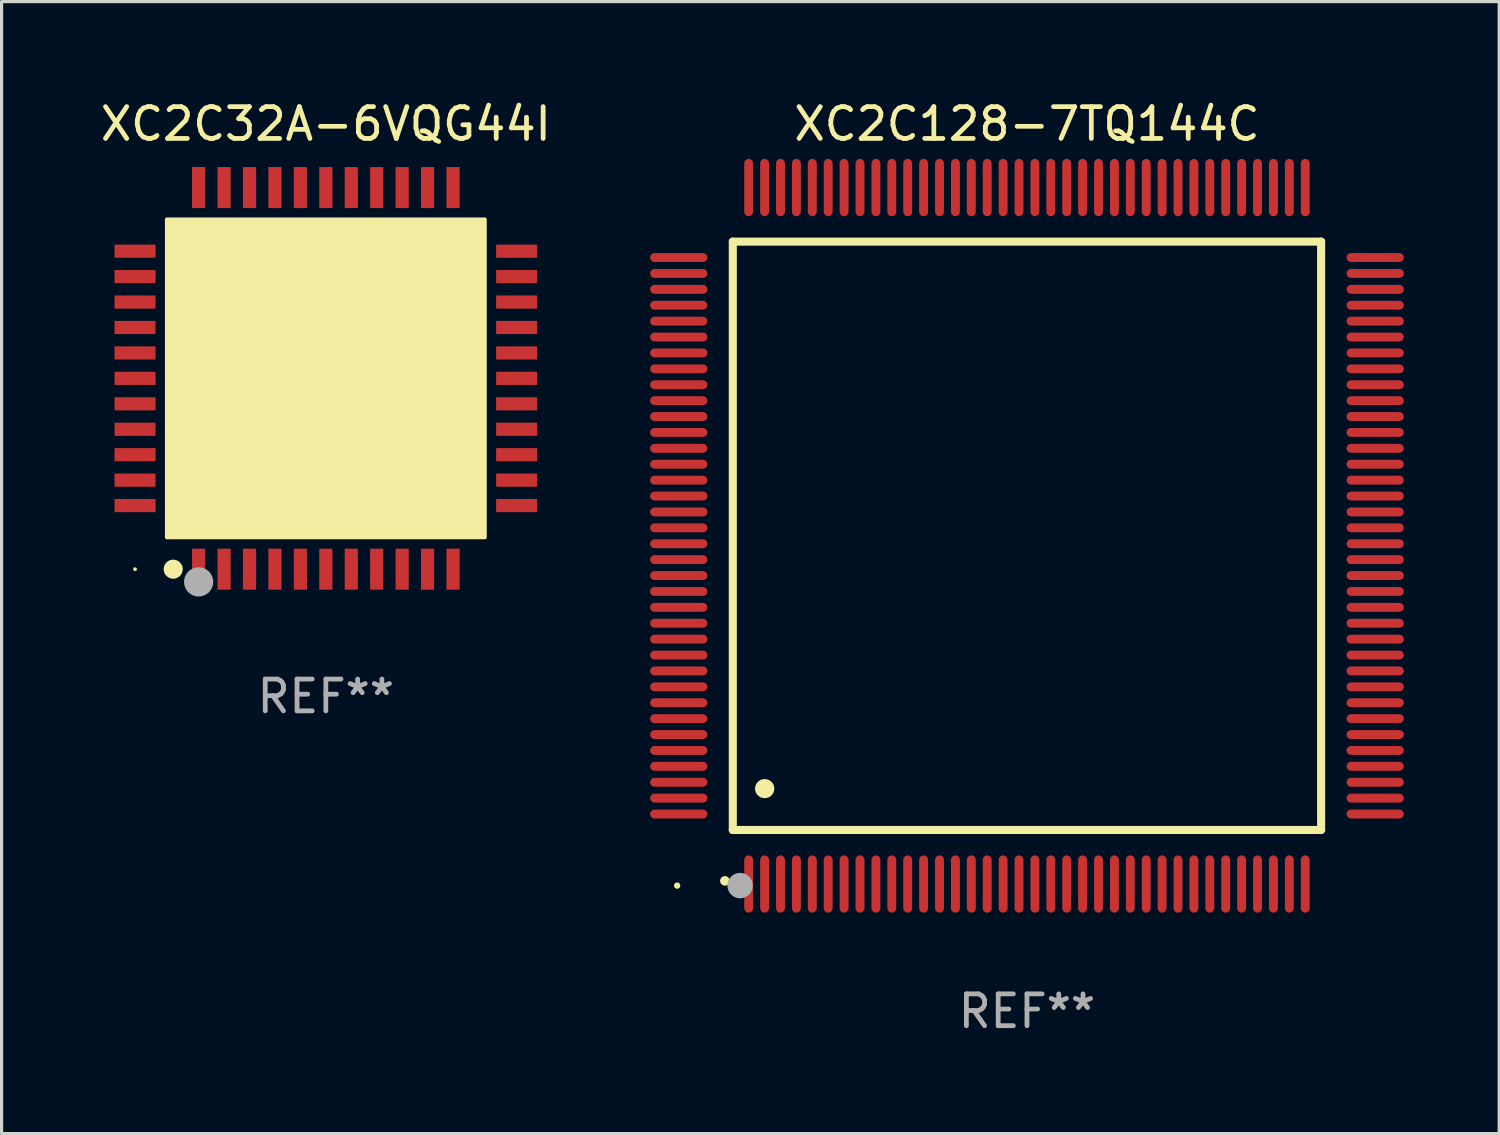
<source format=kicad_pcb>
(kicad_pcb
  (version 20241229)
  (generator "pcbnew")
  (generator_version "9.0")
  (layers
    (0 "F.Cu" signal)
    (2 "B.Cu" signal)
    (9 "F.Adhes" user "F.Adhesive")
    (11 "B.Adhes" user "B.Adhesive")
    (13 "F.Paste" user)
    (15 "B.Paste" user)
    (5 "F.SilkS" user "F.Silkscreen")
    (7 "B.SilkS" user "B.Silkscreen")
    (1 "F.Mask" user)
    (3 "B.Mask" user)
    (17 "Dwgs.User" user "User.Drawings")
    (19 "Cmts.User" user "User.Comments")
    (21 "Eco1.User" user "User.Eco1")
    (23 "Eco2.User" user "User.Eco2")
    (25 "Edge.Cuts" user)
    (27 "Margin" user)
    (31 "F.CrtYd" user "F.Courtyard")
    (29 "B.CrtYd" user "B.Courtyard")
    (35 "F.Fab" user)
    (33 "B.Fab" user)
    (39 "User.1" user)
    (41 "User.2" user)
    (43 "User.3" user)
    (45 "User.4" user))
  (footprint "XC2C32A-6VQG44I"
    (layer "F.Cu")
    (at 7.196 8.848)
    (property "Reference" "XC2C32A-6VQG44I" (at 0 -8 0) (layer "F.SilkS") (effects (font (size 1 1) (thickness 0.15))))
    (attr through_hole)
    (fp_circle (center -6 6) (end -5.97 6) (stroke (width 0.06) (type solid)) (fill no) (layer "F.SilkS"))
    (fp_circle (center -4.8 6) (end -4.65 6) (stroke (width 0.3) (type solid)) (fill no) (layer "F.SilkS"))
    (fp_poly (pts (xy -5 -5) (xy 5 -5) (xy 5 5) (xy -5 5)) (stroke (width 0.12) (type solid)) (fill yes) (layer "F.SilkS"))
    (fp_circle (center -4 6.4) (end -3.77 6.4) (stroke (width 0.46) (type solid)) (fill no) (layer "F.Fab"))
    (fp_text user "REF**" (at 0 10 0) (layer "F.Fab") (effects (font (size 1 1) (thickness 0.15))))
    (pad "1" smd rect (at -4 6 90) (size 1.29 0.414) (layers "F.Cu" "F.Mask" "F.Paste"))
    (pad "2" smd rect (at -3.2 6 90) (size 1.29 0.414) (layers "F.Cu" "F.Mask" "F.Paste"))
    (pad "3" smd rect (at -2.4 6 90) (size 1.29 0.414) (layers "F.Cu" "F.Mask" "F.Paste"))
    (pad "4" smd rect (at -1.6 6 90) (size 1.29 0.414) (layers "F.Cu" "F.Mask" "F.Paste"))
    (pad "5" smd rect (at -0.8 6 90) (size 1.29 0.414) (layers "F.Cu" "F.Mask" "F.Paste"))
    (pad "6" smd rect (at 0 6 90) (size 1.29 0.414) (layers "F.Cu" "F.Mask" "F.Paste"))
    (pad "7" smd rect (at 0.8 6 90) (size 1.29 0.414) (layers "F.Cu" "F.Mask" "F.Paste"))
    (pad "8" smd rect (at 1.6 6 90) (size 1.29 0.414) (layers "F.Cu" "F.Mask" "F.Paste"))
    (pad "9" smd rect (at 2.4 6 90) (size 1.29 0.414) (layers "F.Cu" "F.Mask" "F.Paste"))
    (pad "10" smd rect (at 3.2 6 90) (size 1.29 0.414) (layers "F.Cu" "F.Mask" "F.Paste"))
    (pad "11" smd rect (at 4 6 90) (size 1.29 0.414) (layers "F.Cu" "F.Mask" "F.Paste"))
    (pad "12" smd rect (at 6 4 90) (size 0.414 1.29) (layers "F.Cu" "F.Mask" "F.Paste"))
    (pad "13" smd rect (at 6 3.2 90) (size 0.414 1.29) (layers "F.Cu" "F.Mask" "F.Paste"))
    (pad "14" smd rect (at 6 2.4 90) (size 0.414 1.29) (layers "F.Cu" "F.Mask" "F.Paste"))
    (pad "15" smd rect (at 6 1.6 90) (size 0.414 1.29) (layers "F.Cu" "F.Mask" "F.Paste"))
    (pad "16" smd rect (at 6 0.8 90) (size 0.414 1.29) (layers "F.Cu" "F.Mask" "F.Paste"))
    (pad "17" smd rect (at 6 0 90) (size 0.414 1.29) (layers "F.Cu" "F.Mask" "F.Paste"))
    (pad "18" smd rect (at 6 -0.8 90) (size 0.414 1.29) (layers "F.Cu" "F.Mask" "F.Paste"))
    (pad "19" smd rect (at 6 -1.6 90) (size 0.414 1.29) (layers "F.Cu" "F.Mask" "F.Paste"))
    (pad "20" smd rect (at 6 -2.4 90) (size 0.414 1.29) (layers "F.Cu" "F.Mask" "F.Paste"))
    (pad "21" smd rect (at 6 -3.2 90) (size 0.414 1.29) (layers "F.Cu" "F.Mask" "F.Paste"))
    (pad "22" smd rect (at 6 -4 90) (size 0.414 1.29) (layers "F.Cu" "F.Mask" "F.Paste"))
    (pad "23" smd rect (at 4 -6 90) (size 1.29 0.414) (layers "F.Cu" "F.Mask" "F.Paste"))
    (pad "24" smd rect (at 3.2 -6 90) (size 1.29 0.414) (layers "F.Cu" "F.Mask" "F.Paste"))
    (pad "25" smd rect (at 2.4 -6 90) (size 1.29 0.414) (layers "F.Cu" "F.Mask" "F.Paste"))
    (pad "26" smd rect (at 1.6 -6 90) (size 1.29 0.414) (layers "F.Cu" "F.Mask" "F.Paste"))
    (pad "27" smd rect (at 0.8 -6 90) (size 1.29 0.414) (layers "F.Cu" "F.Mask" "F.Paste"))
    (pad "28" smd rect (at 0 -6 90) (size 1.29 0.414) (layers "F.Cu" "F.Mask" "F.Paste"))
    (pad "29" smd rect (at -0.8 -6 90) (size 1.29 0.414) (layers "F.Cu" "F.Mask" "F.Paste"))
    (pad "30" smd rect (at -1.6 -6 90) (size 1.29 0.414) (layers "F.Cu" "F.Mask" "F.Paste"))
    (pad "31" smd rect (at -2.4 -6 90) (size 1.29 0.414) (layers "F.Cu" "F.Mask" "F.Paste"))
    (pad "32" smd rect (at -3.2 -6 90) (size 1.29 0.414) (layers "F.Cu" "F.Mask" "F.Paste"))
    (pad "33" smd rect (at -4 -6 90) (size 1.29 0.414) (layers "F.Cu" "F.Mask" "F.Paste"))
    (pad "34" smd rect (at -6 -4 180) (size 1.29 0.414) (layers "F.Cu" "F.Mask" "F.Paste"))
    (pad "35" smd rect (at -6 -3.2 180) (size 1.29 0.414) (layers "F.Cu" "F.Mask" "F.Paste"))
    (pad "36" smd rect (at -6 -2.4 180) (size 1.29 0.414) (layers "F.Cu" "F.Mask" "F.Paste"))
    (pad "37" smd rect (at -6 -1.6 180) (size 1.29 0.414) (layers "F.Cu" "F.Mask" "F.Paste"))
    (pad "38" smd rect (at -6 -0.8 180) (size 1.29 0.414) (layers "F.Cu" "F.Mask" "F.Paste"))
    (pad "39" smd rect (at -6 0 180) (size 1.29 0.414) (layers "F.Cu" "F.Mask" "F.Paste"))
    (pad "40" smd rect (at -6 0.8 180) (size 1.29 0.414) (layers "F.Cu" "F.Mask" "F.Paste"))
    (pad "41" smd rect (at -6 1.6 180) (size 1.29 0.414) (layers "F.Cu" "F.Mask" "F.Paste"))
    (pad "42" smd rect (at -6 2.4 180) (size 1.29 0.414) (layers "F.Cu" "F.Mask" "F.Paste"))
    (pad "43" smd rect (at -6 3.2 180) (size 1.29 0.414) (layers "F.Cu" "F.Mask" "F.Paste"))
    (pad "44" smd rect (at -6 4 180) (size 1.29 0.414) (layers "F.Cu" "F.Mask" "F.Paste")))
  (footprint "XC2C128-7TQ144C"
    (layer "F.Cu")
    (at 29.243 13.798)
    (property "Reference" "XC2C128-7TQ144C" (at 0 -12.95 0) (layer "F.SilkS") (effects (font (size 1 1) (thickness 0.15))))
    (attr through_hole)
    (fp_line (start -9.25 -9.25) (end -9.25 9.25) (stroke (width 0.254) (type solid)) (layer "F.SilkS"))
    (fp_line (start -9.25 9.25) (end 9.25 9.25) (stroke (width 0.254) (type solid)) (layer "F.SilkS"))
    (fp_line (start 9.25 -9.25) (end -9.25 -9.25) (stroke (width 0.254) (type solid)) (layer "F.SilkS"))
    (fp_line (start 9.25 9.25) (end 9.25 -9.25) (stroke (width 0.254) (type solid)) (layer "F.SilkS"))
    (fp_arc (start -9.499619 10.850902) (mid -9.498349 10.850897) (end -9.497079 10.850902) (stroke (width 0.3) (type solid)) (layer "F.SilkS"))
    (fp_arc (start -8.249936 7.950216) (mid -8.247396 7.950205) (end -8.244856 7.950216) (stroke (width 0.6) (type solid)) (layer "F.SilkS"))
    (fp_circle (center -11 11) (end -10.95 11) (stroke (width 0.1) (type solid)) (fill no) (layer "F.SilkS"))
    (fp_circle (center -9.02 11) (end -8.82 11) (stroke (width 0.4) (type solid)) (fill no) (layer "F.Fab"))
    (fp_text user "REF**" (at 0 14.95 0) (layer "F.Fab") (effects (font (size 1 1) (thickness 0.15))))
    (pad "1" smd oval (at -8.75 10.95) (size 0.28 1.8) (layers "F.Cu" "F.Mask" "F.Paste"))
    (pad "2" smd oval (at -8.25 10.95) (size 0.28 1.8) (layers "F.Cu" "F.Mask" "F.Paste"))
    (pad "3" smd oval (at -7.75 10.95) (size 0.28 1.8) (layers "F.Cu" "F.Mask" "F.Paste"))
    (pad "4" smd oval (at -7.25 10.95) (size 0.28 1.8) (layers "F.Cu" "F.Mask" "F.Paste"))
    (pad "5" smd oval (at -6.75 10.95) (size 0.28 1.8) (layers "F.Cu" "F.Mask" "F.Paste"))
    (pad "6" smd oval (at -6.25 10.95) (size 0.28 1.8) (layers "F.Cu" "F.Mask" "F.Paste"))
    (pad "7" smd oval (at -5.75 10.95) (size 0.28 1.8) (layers "F.Cu" "F.Mask" "F.Paste"))
    (pad "8" smd oval (at -5.25 10.95) (size 0.28 1.8) (layers "F.Cu" "F.Mask" "F.Paste"))
    (pad "9" smd oval (at -4.75 10.95) (size 0.28 1.8) (layers "F.Cu" "F.Mask" "F.Paste"))
    (pad "10" smd oval (at -4.25 10.95) (size 0.28 1.8) (layers "F.Cu" "F.Mask" "F.Paste"))
    (pad "11" smd oval (at -3.75 10.95) (size 0.28 1.8) (layers "F.Cu" "F.Mask" "F.Paste"))
    (pad "12" smd oval (at -3.25 10.95) (size 0.28 1.8) (layers "F.Cu" "F.Mask" "F.Paste"))
    (pad "13" smd oval (at -2.75 10.95) (size 0.28 1.8) (layers "F.Cu" "F.Mask" "F.Paste"))
    (pad "14" smd oval (at -2.25 10.95) (size 0.28 1.8) (layers "F.Cu" "F.Mask" "F.Paste"))
    (pad "15" smd oval (at -1.75 10.95) (size 0.28 1.8) (layers "F.Cu" "F.Mask" "F.Paste"))
    (pad "16" smd oval (at -1.25 10.95) (size 0.28 1.8) (layers "F.Cu" "F.Mask" "F.Paste"))
    (pad "17" smd oval (at -0.75 10.95) (size 0.28 1.8) (layers "F.Cu" "F.Mask" "F.Paste"))
    (pad "18" smd oval (at -0.25 10.95) (size 0.28 1.8) (layers "F.Cu" "F.Mask" "F.Paste"))
    (pad "19" smd oval (at 0.25 10.95) (size 0.28 1.8) (layers "F.Cu" "F.Mask" "F.Paste"))
    (pad "20" smd oval (at 0.75 10.95) (size 0.28 1.8) (layers "F.Cu" "F.Mask" "F.Paste"))
    (pad "21" smd oval (at 1.25 10.95) (size 0.28 1.8) (layers "F.Cu" "F.Mask" "F.Paste"))
    (pad "22" smd oval (at 1.75 10.95) (size 0.28 1.8) (layers "F.Cu" "F.Mask" "F.Paste"))
    (pad "23" smd oval (at 2.25 10.95) (size 0.28 1.8) (layers "F.Cu" "F.Mask" "F.Paste"))
    (pad "24" smd oval (at 2.75 10.95) (size 0.28 1.8) (layers "F.Cu" "F.Mask" "F.Paste"))
    (pad "25" smd oval (at 3.25 10.95) (size 0.28 1.8) (layers "F.Cu" "F.Mask" "F.Paste"))
    (pad "26" smd oval (at 3.75 10.95) (size 0.28 1.8) (layers "F.Cu" "F.Mask" "F.Paste"))
    (pad "27" smd oval (at 4.25 10.95) (size 0.28 1.8) (layers "F.Cu" "F.Mask" "F.Paste"))
    (pad "28" smd oval (at 4.75 10.95) (size 0.28 1.8) (layers "F.Cu" "F.Mask" "F.Paste"))
    (pad "29" smd oval (at 5.25 10.95) (size 0.28 1.8) (layers "F.Cu" "F.Mask" "F.Paste"))
    (pad "30" smd oval (at 5.75 10.95) (size 0.28 1.8) (layers "F.Cu" "F.Mask" "F.Paste"))
    (pad "31" smd oval (at 6.25 10.95) (size 0.28 1.8) (layers "F.Cu" "F.Mask" "F.Paste"))
    (pad "32" smd oval (at 6.75 10.95) (size 0.28 1.8) (layers "F.Cu" "F.Mask" "F.Paste"))
    (pad "33" smd oval (at 7.25 10.95) (size 0.28 1.8) (layers "F.Cu" "F.Mask" "F.Paste"))
    (pad "34" smd oval (at 7.75 10.95) (size 0.28 1.8) (layers "F.Cu" "F.Mask" "F.Paste"))
    (pad "35" smd oval (at 8.25 10.95) (size 0.28 1.8) (layers "F.Cu" "F.Mask" "F.Paste"))
    (pad "36" smd oval (at 8.75 10.95) (size 0.28 1.8) (layers "F.Cu" "F.Mask" "F.Paste"))
    (pad "37" smd oval (at 10.95 8.75) (size 1.8 0.28) (layers "F.Cu" "F.Mask" "F.Paste"))
    (pad "38" smd oval (at 10.95 8.25) (size 1.8 0.28) (layers "F.Cu" "F.Mask" "F.Paste"))
    (pad "39" smd oval (at 10.95 7.75) (size 1.8 0.28) (layers "F.Cu" "F.Mask" "F.Paste"))
    (pad "40" smd oval (at 10.95 7.25) (size 1.8 0.28) (layers "F.Cu" "F.Mask" "F.Paste"))
    (pad "41" smd oval (at 10.95 6.75) (size 1.8 0.28) (layers "F.Cu" "F.Mask" "F.Paste"))
    (pad "42" smd oval (at 10.95 6.25) (size 1.8 0.28) (layers "F.Cu" "F.Mask" "F.Paste"))
    (pad "43" smd oval (at 10.95 5.75) (size 1.8 0.28) (layers "F.Cu" "F.Mask" "F.Paste"))
    (pad "44" smd oval (at 10.95 5.25) (size 1.8 0.28) (layers "F.Cu" "F.Mask" "F.Paste"))
    (pad "45" smd oval (at 10.95 4.75) (size 1.8 0.28) (layers "F.Cu" "F.Mask" "F.Paste"))
    (pad "46" smd oval (at 10.95 4.25) (size 1.8 0.28) (layers "F.Cu" "F.Mask" "F.Paste"))
    (pad "47" smd oval (at 10.95 3.75) (size 1.8 0.28) (layers "F.Cu" "F.Mask" "F.Paste"))
    (pad "48" smd oval (at 10.95 3.25) (size 1.8 0.28) (layers "F.Cu" "F.Mask" "F.Paste"))
    (pad "49" smd oval (at 10.95 2.75) (size 1.8 0.28) (layers "F.Cu" "F.Mask" "F.Paste"))
    (pad "50" smd oval (at 10.95 2.25) (size 1.8 0.28) (layers "F.Cu" "F.Mask" "F.Paste"))
    (pad "51" smd oval (at 10.95 1.75) (size 1.8 0.28) (layers "F.Cu" "F.Mask" "F.Paste"))
    (pad "52" smd oval (at 10.95 1.25) (size 1.8 0.28) (layers "F.Cu" "F.Mask" "F.Paste"))
    (pad "53" smd oval (at 10.95 0.75) (size 1.8 0.28) (layers "F.Cu" "F.Mask" "F.Paste"))
    (pad "54" smd oval (at 10.95 0.25) (size 1.8 0.28) (layers "F.Cu" "F.Mask" "F.Paste"))
    (pad "55" smd oval (at 10.95 -0.25) (size 1.8 0.28) (layers "F.Cu" "F.Mask" "F.Paste"))
    (pad "56" smd oval (at 10.95 -0.75) (size 1.8 0.28) (layers "F.Cu" "F.Mask" "F.Paste"))
    (pad "57" smd oval (at 10.95 -1.25) (size 1.8 0.28) (layers "F.Cu" "F.Mask" "F.Paste"))
    (pad "58" smd oval (at 10.95 -1.75) (size 1.8 0.28) (layers "F.Cu" "F.Mask" "F.Paste"))
    (pad "59" smd oval (at 10.95 -2.25) (size 1.8 0.28) (layers "F.Cu" "F.Mask" "F.Paste"))
    (pad "60" smd oval (at 10.95 -2.75) (size 1.8 0.28) (layers "F.Cu" "F.Mask" "F.Paste"))
    (pad "61" smd oval (at 10.95 -3.25) (size 1.8 0.28) (layers "F.Cu" "F.Mask" "F.Paste"))
    (pad "62" smd oval (at 10.95 -3.75) (size 1.8 0.28) (layers "F.Cu" "F.Mask" "F.Paste"))
    (pad "63" smd oval (at 10.95 -4.25) (size 1.8 0.28) (layers "F.Cu" "F.Mask" "F.Paste"))
    (pad "64" smd oval (at 10.95 -4.75) (size 1.8 0.28) (layers "F.Cu" "F.Mask" "F.Paste"))
    (pad "65" smd oval (at 10.95 -5.25) (size 1.8 0.28) (layers "F.Cu" "F.Mask" "F.Paste"))
    (pad "66" smd oval (at 10.95 -5.75) (size 1.8 0.28) (layers "F.Cu" "F.Mask" "F.Paste"))
    (pad "67" smd oval (at 10.95 -6.25) (size 1.8 0.28) (layers "F.Cu" "F.Mask" "F.Paste"))
    (pad "68" smd oval (at 10.95 -6.75) (size 1.8 0.28) (layers "F.Cu" "F.Mask" "F.Paste"))
    (pad "69" smd oval (at 10.95 -7.25) (size 1.8 0.28) (layers "F.Cu" "F.Mask" "F.Paste"))
    (pad "70" smd oval (at 10.95 -7.75) (size 1.8 0.28) (layers "F.Cu" "F.Mask" "F.Paste"))
    (pad "71" smd oval (at 10.95 -8.25) (size 1.8 0.28) (layers "F.Cu" "F.Mask" "F.Paste"))
    (pad "72" smd oval (at 10.95 -8.75) (size 1.8 0.28) (layers "F.Cu" "F.Mask" "F.Paste"))
    (pad "73" smd oval (at 8.75 -10.95) (size 0.28 1.8) (layers "F.Cu" "F.Mask" "F.Paste"))
    (pad "74" smd oval (at 8.25 -10.95) (size 0.28 1.8) (layers "F.Cu" "F.Mask" "F.Paste"))
    (pad "75" smd oval (at 7.75 -10.95) (size 0.28 1.8) (layers "F.Cu" "F.Mask" "F.Paste"))
    (pad "76" smd oval (at 7.25 -10.95) (size 0.28 1.8) (layers "F.Cu" "F.Mask" "F.Paste"))
    (pad "77" smd oval (at 6.75 -10.95) (size 0.28 1.8) (layers "F.Cu" "F.Mask" "F.Paste"))
    (pad "78" smd oval (at 6.25 -10.95) (size 0.28 1.8) (layers "F.Cu" "F.Mask" "F.Paste"))
    (pad "79" smd oval (at 5.75 -10.95) (size 0.28 1.8) (layers "F.Cu" "F.Mask" "F.Paste"))
    (pad "80" smd oval (at 5.25 -10.95) (size 0.28 1.8) (layers "F.Cu" "F.Mask" "F.Paste"))
    (pad "81" smd oval (at 4.75 -10.95) (size 0.28 1.8) (layers "F.Cu" "F.Mask" "F.Paste"))
    (pad "82" smd oval (at 4.25 -10.95) (size 0.28 1.8) (layers "F.Cu" "F.Mask" "F.Paste"))
    (pad "83" smd oval (at 3.75 -10.95) (size 0.28 1.8) (layers "F.Cu" "F.Mask" "F.Paste"))
    (pad "84" smd oval (at 3.25 -10.95) (size 0.28 1.8) (layers "F.Cu" "F.Mask" "F.Paste"))
    (pad "85" smd oval (at 2.75 -10.95) (size 0.28 1.8) (layers "F.Cu" "F.Mask" "F.Paste"))
    (pad "86" smd oval (at 2.25 -10.95) (size 0.28 1.8) (layers "F.Cu" "F.Mask" "F.Paste"))
    (pad "87" smd oval (at 1.75 -10.95) (size 0.28 1.8) (layers "F.Cu" "F.Mask" "F.Paste"))
    (pad "88" smd oval (at 1.25 -10.95) (size 0.28 1.8) (layers "F.Cu" "F.Mask" "F.Paste"))
    (pad "89" smd oval (at 0.75 -10.95) (size 0.28 1.8) (layers "F.Cu" "F.Mask" "F.Paste"))
    (pad "90" smd oval (at 0.25 -10.95) (size 0.28 1.8) (layers "F.Cu" "F.Mask" "F.Paste"))
    (pad "91" smd oval (at -0.25 -10.95) (size 0.28 1.8) (layers "F.Cu" "F.Mask" "F.Paste"))
    (pad "92" smd oval (at -0.75 -10.95) (size 0.28 1.8) (layers "F.Cu" "F.Mask" "F.Paste"))
    (pad "93" smd oval (at -1.25 -10.95) (size 0.28 1.8) (layers "F.Cu" "F.Mask" "F.Paste"))
    (pad "94" smd oval (at -1.75 -10.95) (size 0.28 1.8) (layers "F.Cu" "F.Mask" "F.Paste"))
    (pad "95" smd oval (at -2.25 -10.95) (size 0.28 1.8) (layers "F.Cu" "F.Mask" "F.Paste"))
    (pad "96" smd oval (at -2.75 -10.95) (size 0.28 1.8) (layers "F.Cu" "F.Mask" "F.Paste"))
    (pad "97" smd oval (at -3.25 -10.95) (size 0.28 1.8) (layers "F.Cu" "F.Mask" "F.Paste"))
    (pad "98" smd oval (at -3.75 -10.95) (size 0.28 1.8) (layers "F.Cu" "F.Mask" "F.Paste"))
    (pad "99" smd oval (at -4.25 -10.95) (size 0.28 1.8) (layers "F.Cu" "F.Mask" "F.Paste"))
    (pad "100" smd oval (at -4.75 -10.95) (size 0.28 1.8) (layers "F.Cu" "F.Mask" "F.Paste"))
    (pad "101" smd oval (at -5.25 -10.95) (size 0.28 1.8) (layers "F.Cu" "F.Mask" "F.Paste"))
    (pad "102" smd oval (at -5.75 -10.95) (size 0.28 1.8) (layers "F.Cu" "F.Mask" "F.Paste"))
    (pad "103" smd oval (at -6.25 -10.95) (size 0.28 1.8) (layers "F.Cu" "F.Mask" "F.Paste"))
    (pad "104" smd oval (at -6.75 -10.95) (size 0.28 1.8) (layers "F.Cu" "F.Mask" "F.Paste"))
    (pad "105" smd oval (at -7.25 -10.95) (size 0.28 1.8) (layers "F.Cu" "F.Mask" "F.Paste"))
    (pad "106" smd oval (at -7.75 -10.95) (size 0.28 1.8) (layers "F.Cu" "F.Mask" "F.Paste"))
    (pad "107" smd oval (at -8.25 -10.95) (size 0.28 1.8) (layers "F.Cu" "F.Mask" "F.Paste"))
    (pad "108" smd oval (at -8.75 -10.95) (size 0.28 1.8) (layers "F.Cu" "F.Mask" "F.Paste"))
    (pad "109" smd oval (at -10.95 -8.75) (size 1.8 0.28) (layers "F.Cu" "F.Mask" "F.Paste"))
    (pad "110" smd oval (at -10.95 -8.25) (size 1.8 0.28) (layers "F.Cu" "F.Mask" "F.Paste"))
    (pad "111" smd oval (at -10.95 -7.75) (size 1.8 0.28) (layers "F.Cu" "F.Mask" "F.Paste"))
    (pad "112" smd oval (at -10.95 -7.25) (size 1.8 0.28) (layers "F.Cu" "F.Mask" "F.Paste"))
    (pad "113" smd oval (at -10.95 -6.75) (size 1.8 0.28) (layers "F.Cu" "F.Mask" "F.Paste"))
    (pad "114" smd oval (at -10.95 -6.25) (size 1.8 0.28) (layers "F.Cu" "F.Mask" "F.Paste"))
    (pad "115" smd oval (at -10.95 -5.75) (size 1.8 0.28) (layers "F.Cu" "F.Mask" "F.Paste"))
    (pad "116" smd oval (at -10.95 -5.25) (size 1.8 0.28) (layers "F.Cu" "F.Mask" "F.Paste"))
    (pad "117" smd oval (at -10.95 -4.75) (size 1.8 0.28) (layers "F.Cu" "F.Mask" "F.Paste"))
    (pad "118" smd oval (at -10.95 -4.25) (size 1.8 0.28) (layers "F.Cu" "F.Mask" "F.Paste"))
    (pad "119" smd oval (at -10.95 -3.75) (size 1.8 0.28) (layers "F.Cu" "F.Mask" "F.Paste"))
    (pad "120" smd oval (at -10.95 -3.25) (size 1.8 0.28) (layers "F.Cu" "F.Mask" "F.Paste"))
    (pad "121" smd oval (at -10.95 -2.75) (size 1.8 0.28) (layers "F.Cu" "F.Mask" "F.Paste"))
    (pad "122" smd oval (at -10.95 -2.25) (size 1.8 0.28) (layers "F.Cu" "F.Mask" "F.Paste"))
    (pad "123" smd oval (at -10.95 -1.75) (size 1.8 0.28) (layers "F.Cu" "F.Mask" "F.Paste"))
    (pad "124" smd oval (at -10.95 -1.25) (size 1.8 0.28) (layers "F.Cu" "F.Mask" "F.Paste"))
    (pad "125" smd oval (at -10.95 -0.75) (size 1.8 0.28) (layers "F.Cu" "F.Mask" "F.Paste"))
    (pad "126" smd oval (at -10.95 -0.25) (size 1.8 0.28) (layers "F.Cu" "F.Mask" "F.Paste"))
    (pad "127" smd oval (at -10.95 0.25) (size 1.8 0.28) (layers "F.Cu" "F.Mask" "F.Paste"))
    (pad "128" smd oval (at -10.95 0.75) (size 1.8 0.28) (layers "F.Cu" "F.Mask" "F.Paste"))
    (pad "129" smd oval (at -10.95 1.25) (size 1.8 0.28) (layers "F.Cu" "F.Mask" "F.Paste"))
    (pad "130" smd oval (at -10.95 1.75) (size 1.8 0.28) (layers "F.Cu" "F.Mask" "F.Paste"))
    (pad "131" smd oval (at -10.95 2.25) (size 1.8 0.28) (layers "F.Cu" "F.Mask" "F.Paste"))
    (pad "132" smd oval (at -10.95 2.75) (size 1.8 0.28) (layers "F.Cu" "F.Mask" "F.Paste"))
    (pad "133" smd oval (at -10.95 3.25) (size 1.8 0.28) (layers "F.Cu" "F.Mask" "F.Paste"))
    (pad "134" smd oval (at -10.95 3.75) (size 1.8 0.28) (layers "F.Cu" "F.Mask" "F.Paste"))
    (pad "135" smd oval (at -10.95 4.25) (size 1.8 0.28) (layers "F.Cu" "F.Mask" "F.Paste"))
    (pad "136" smd oval (at -10.95 4.75) (size 1.8 0.28) (layers "F.Cu" "F.Mask" "F.Paste"))
    (pad "137" smd oval (at -10.95 5.25) (size 1.8 0.28) (layers "F.Cu" "F.Mask" "F.Paste"))
    (pad "138" smd oval (at -10.95 5.75) (size 1.8 0.28) (layers "F.Cu" "F.Mask" "F.Paste"))
    (pad "139" smd oval (at -10.95 6.25) (size 1.8 0.28) (layers "F.Cu" "F.Mask" "F.Paste"))
    (pad "140" smd oval (at -10.95 6.75) (size 1.8 0.28) (layers "F.Cu" "F.Mask" "F.Paste"))
    (pad "141" smd oval (at -10.95 7.25) (size 1.8 0.28) (layers "F.Cu" "F.Mask" "F.Paste"))
    (pad "142" smd oval (at -10.95 7.75) (size 1.8 0.28) (layers "F.Cu" "F.Mask" "F.Paste"))
    (pad "143" smd oval (at -10.95 8.25) (size 1.8 0.28) (layers "F.Cu" "F.Mask" "F.Paste"))
    (pad "144" smd oval (at -10.95 8.75) (size 1.8 0.28) (layers "F.Cu" "F.Mask" "F.Paste")))
  (gr_rect
    (start -3 -3)
    (end 44.093 32.596)
    (stroke (width 0.1) (type default))
    (fill no)
    (layer "Edge.Cuts")))
</source>
